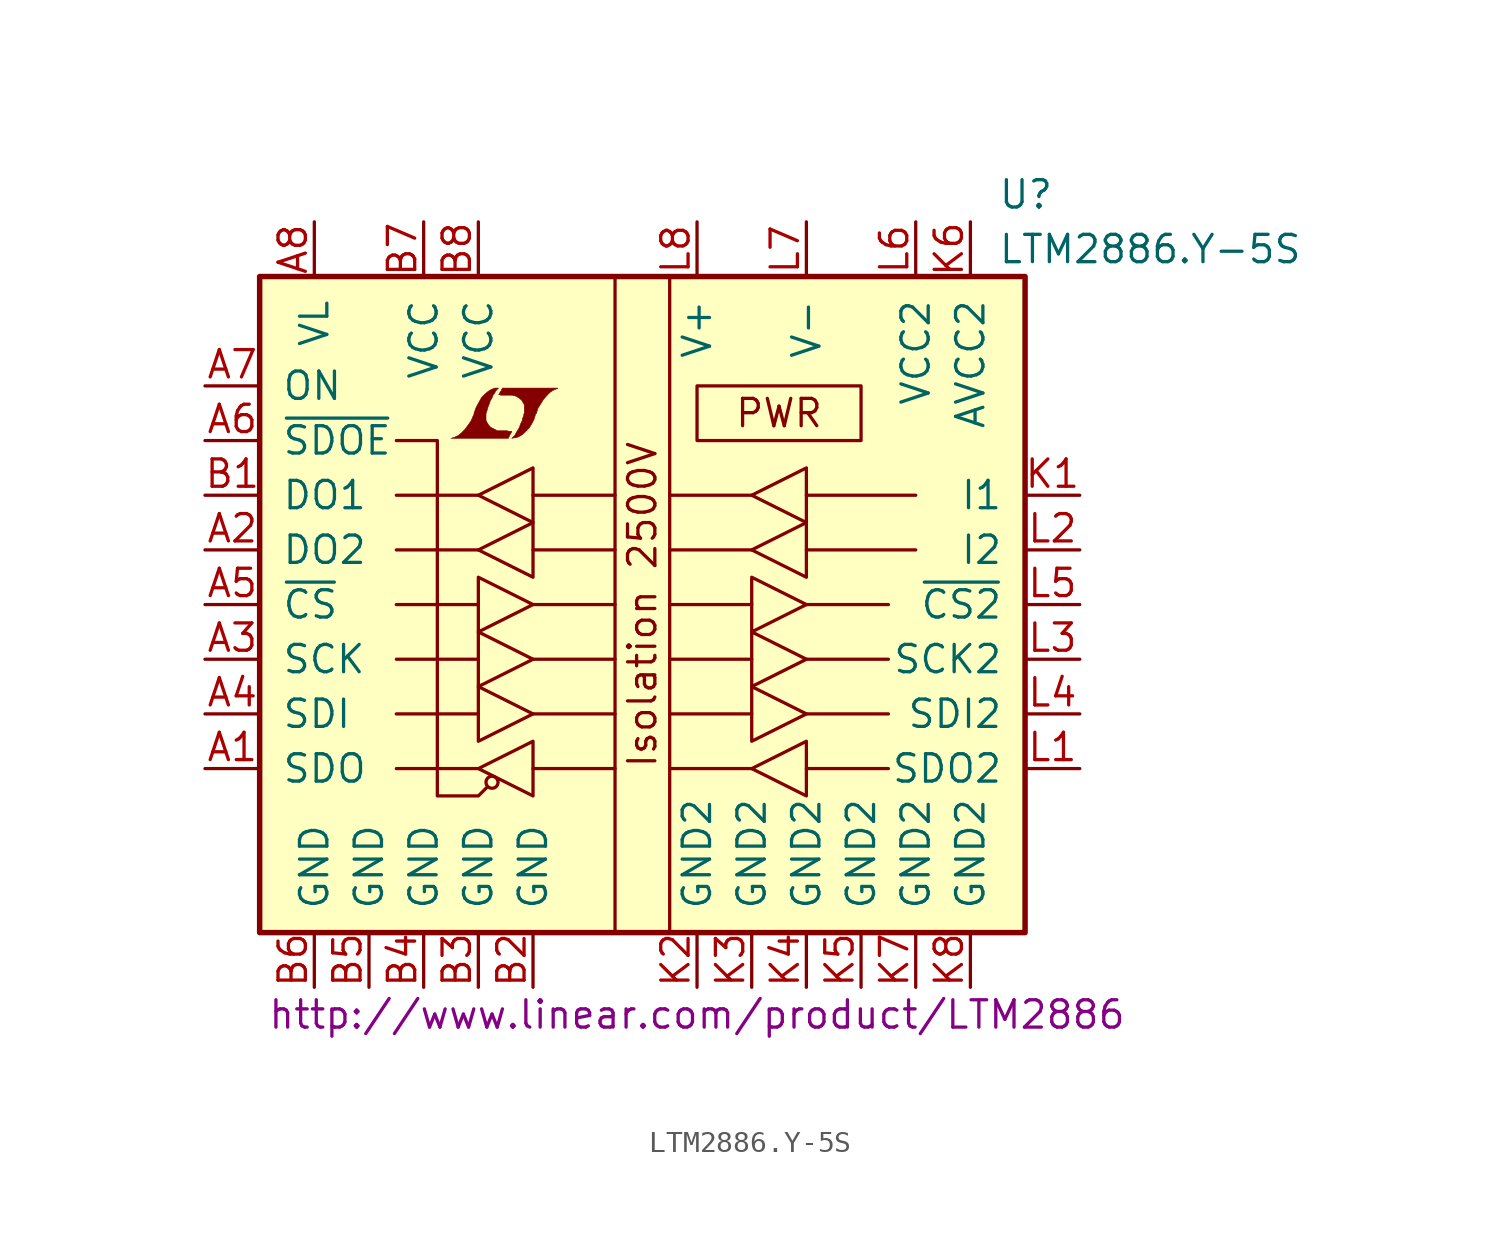
<source format=kicad_sym>
(kicad_symbol_lib
  (version 20201005)
  (generator kicad_symbol_editor)
  (symbol "LTM2886.Y-5S"
    (pin_names
      (offset 1.016))
    (property "Reference" "U"
      (at 16.51 19.05 0)
      (effects (font (size 1.27 1.27)) (justify left)))
    (property "Value" "LTM2886.Y-5S"
      (at 16.51 16.51 0)
      (effects (font (size 1.27 1.27)) (justify left)))
    (property "Datasheet" "http://www.linear.com/product/LTM2886"
      (at 2.54 -19.05 0)
      (effects (font (size 1.27 1.27))))
    (symbol "LTM2886.Y-5S_0_0"
      (text "Isolation 2500V" (at 0 0 900) (effects (font (size 1.27 1.27))))
      (text "PWR" (at 6.35 8.89 0) (effects (font (size 1.27 1.27))))
      (rectangle (start 2.54 10.16) (end 10.16 7.62) (stroke (width 0)) (fill (type none)))
      (polyline (pts (xy -6.147 7.899) (xy -6.121 7.925) (xy -6.071 8.026) (xy -6.071 8.052) (xy -6.198 8.052) (xy -6.299 8.077) (xy -6.756 8.077) (xy -6.782 8.103) (xy -7.036 8.23) (xy -7.137 8.331) (xy -7.214 8.458) (xy -7.264 8.56) (xy -7.264 8.865) (xy -7.214 9.017) (xy -7.188 9.119) (xy -7.163 9.195) (xy -7.112 9.322) (xy -7.061 9.474) (xy -6.985 9.601) (xy -6.934 9.728) (xy -6.858 9.83) (xy -6.807 9.931) (xy -6.68 10.058) (xy -6.858 10.058) (xy -6.985 10.008) (xy -7.087 9.957) (xy -7.163 9.906) (xy -7.29 9.804) (xy -7.468 9.627) (xy -7.722 9.169) (xy -7.823 8.89) (xy -7.823 8.839) (xy -7.874 8.738) (xy -7.925 8.611) (xy -7.976 8.509) (xy -8.103 8.331) (xy -8.255 8.128) (xy -8.407 7.976) (xy -8.56 7.849) (xy -8.738 7.772) (xy -8.89 7.722) (xy -6.223 7.722) (xy -6.147 7.899)) (stroke (width 0.025)) (fill (type outline)))
      (polyline (pts (xy -5.944 7.747) (xy -5.867 7.747) (xy -5.69 7.823) (xy -5.537 7.925) (xy -5.258 8.204) (xy -5.131 8.407) (xy -5.029 8.611) (xy -4.953 8.865) (xy -4.928 8.865) (xy -4.851 9.119) (xy -4.597 9.525) (xy -4.445 9.703) (xy -4.293 9.855) (xy -4.14 9.957) (xy -3.962 10.033) (xy -3.937 10.033) (xy -3.937 10.058) (xy -6.502 10.058) (xy -6.579 9.906) (xy -6.604 9.881) (xy -6.655 9.779) (xy -6.68 9.754) (xy -6.629 9.754) (xy -6.579 9.728) (xy -6.045 9.728) (xy -5.994 9.703) (xy -5.944 9.703) (xy -5.867 9.677) (xy -5.74 9.601) (xy -5.613 9.5) (xy -5.537 9.373) (xy -5.512 9.322) (xy -5.486 9.296) (xy -5.486 8.89) (xy -5.512 8.839) (xy -5.512 8.763) (xy -5.563 8.661) (xy -5.588 8.534) (xy -5.664 8.382) (xy -5.715 8.23) (xy -5.867 7.976) (xy -5.918 7.874) (xy -6.071 7.722) (xy -5.944 7.747)) (stroke (width 0.025)) (fill (type outline))))
    (symbol "LTM2886.Y-5S_0_1"
      (circle (center -6.985 -8.255) (radius 0.279) (stroke (width 0)) (fill (type none)))
      (rectangle (start -17.78 15.24) (end 17.78 -15.24) (stroke (width 0.254)) (fill (type background)))
      (rectangle (start -1.27 15.24) (end 1.27 -15.24) (stroke (width 0)) (fill (type none)))
      (polyline (pts (xy -11.43 -5.08) (xy -7.62 -5.08)) (stroke (width 0)) (fill (type none)))
      (polyline (pts (xy -11.43 -2.54) (xy -7.62 -2.54)) (stroke (width 0)) (fill (type none)))
      (polyline (pts (xy -7.62 -7.62) (xy -11.43 -7.62)) (stroke (width 0)) (fill (type none)))
      (polyline (pts (xy -7.62 0) (xy -11.43 0)) (stroke (width 0)) (fill (type none)))
      (polyline (pts (xy -7.62 2.54) (xy -11.43 2.54)) (stroke (width 0)) (fill (type none)))
      (polyline (pts (xy -7.62 5.08) (xy -11.43 5.08)) (stroke (width 0)) (fill (type none)))
      (polyline (pts (xy -5.08 -7.62) (xy -1.27 -7.62)) (stroke (width 0)) (fill (type none)))
      (polyline (pts (xy -5.08 -5.08) (xy -1.27 -5.08)) (stroke (width 0)) (fill (type none)))
      (polyline (pts (xy -5.08 -2.54) (xy -1.27 -2.54)) (stroke (width 0)) (fill (type none)))
      (polyline (pts (xy -5.08 0) (xy -1.27 0)) (stroke (width 0)) (fill (type none)))
      (polyline (pts (xy -5.08 2.54) (xy -1.27 2.54)) (stroke (width 0)) (fill (type none)))
      (polyline (pts (xy -5.08 5.08) (xy -1.27 5.08)) (stroke (width 0)) (fill (type none)))
      (polyline (pts (xy 1.27 -5.08) (xy 5.08 -5.08)) (stroke (width 0)) (fill (type none)))
      (polyline (pts (xy 1.27 -2.54) (xy 5.08 -2.54)) (stroke (width 0)) (fill (type none)))
      (polyline (pts (xy 5.08 -7.62) (xy 1.27 -7.62)) (stroke (width 0)) (fill (type none)))
      (polyline (pts (xy 5.08 0) (xy 1.27 0)) (stroke (width 0)) (fill (type none)))
      (polyline (pts (xy 5.08 2.54) (xy 1.27 2.54)) (stroke (width 0)) (fill (type none)))
      (polyline (pts (xy 5.08 5.08) (xy 1.27 5.08)) (stroke (width 0)) (fill (type none)))
      (polyline (pts (xy 7.62 -7.62) (xy 11.43 -7.62)) (stroke (width 0)) (fill (type none)))
      (polyline (pts (xy 7.62 -5.08) (xy 11.43 -5.08)) (stroke (width 0)) (fill (type none)))
      (polyline (pts (xy 7.62 -2.54) (xy 11.43 -2.54)) (stroke (width 0)) (fill (type none)))
      (polyline (pts (xy 7.62 0) (xy 11.43 0)) (stroke (width 0)) (fill (type none)))
      (polyline (pts (xy 7.62 2.54) (xy 12.7 2.54)) (stroke (width 0)) (fill (type none)))
      (polyline (pts (xy 7.62 5.08) (xy 12.7 5.08)) (stroke (width 0)) (fill (type none)))
      (polyline (pts (xy -7.62 -7.62) (xy -5.08 -6.35) (xy -5.08 -8.89) (xy -7.62 -7.62)) (stroke (width 0)) (fill (type none)))
      (polyline (pts (xy -7.62 -6.35) (xy -7.62 -3.81) (xy -5.08 -5.08) (xy -7.62 -6.35)) (stroke (width 0)) (fill (type none)))
      (polyline (pts (xy -7.62 5.08) (xy -5.08 6.35) (xy -5.08 3.81) (xy -7.62 5.08)) (stroke (width 0)) (fill (type none)))
      (polyline (pts (xy -5.08 -2.54) (xy -7.62 -1.27) (xy -7.62 -3.81) (xy -5.08 -2.54)) (stroke (width 0)) (fill (type none)))
      (polyline (pts (xy -5.08 0) (xy -7.62 1.27) (xy -7.62 -1.27) (xy -5.08 0)) (stroke (width 0)) (fill (type none)))
      (polyline (pts (xy -5.08 3.81) (xy -7.62 2.54) (xy -5.08 1.27) (xy -5.08 3.81)) (stroke (width 0)) (fill (type none)))
      (polyline (pts (xy 5.08 -7.62) (xy 7.62 -6.35) (xy 7.62 -8.89) (xy 5.08 -7.62)) (stroke (width 0)) (fill (type none)))
      (polyline (pts (xy 5.08 -6.35) (xy 5.08 -3.81) (xy 7.62 -5.08) (xy 5.08 -6.35)) (stroke (width 0)) (fill (type none)))
      (polyline (pts (xy 5.08 5.08) (xy 7.62 6.35) (xy 7.62 3.81) (xy 5.08 5.08)) (stroke (width 0)) (fill (type none)))
      (polyline (pts (xy 7.62 -2.54) (xy 5.08 -1.27) (xy 5.08 -3.81) (xy 7.62 -2.54)) (stroke (width 0)) (fill (type none)))
      (polyline (pts (xy 7.62 0) (xy 5.08 1.27) (xy 5.08 -1.27) (xy 7.62 0)) (stroke (width 0)) (fill (type none)))
      (polyline (pts (xy 7.62 3.81) (xy 5.08 2.54) (xy 7.62 1.27) (xy 7.62 3.81)) (stroke (width 0)) (fill (type none)))
      (polyline (pts (xy -7.239 -8.509) (xy -7.62 -8.89) (xy -9.525 -8.89) (xy -9.525 7.62) (xy -11.43 7.62)) (stroke (width 0)) (fill (type none))))
    (symbol "LTM2886.Y-5S_1_1"
      (pin output line (at -20.32 -7.62 0) (length 2.54) (name "SDO" (effects (font (size 1.27 1.27)))) (number "A1" (effects (font (size 1.27 1.27)))))
      (pin output line (at -20.32 2.54 0) (length 2.54) (name "DO2" (effects (font (size 1.27 1.27)))) (number "A2" (effects (font (size 1.27 1.27)))))
      (pin input line (at -20.32 -2.54 0) (length 2.54) (name "SCK" (effects (font (size 1.27 1.27)))) (number "A3" (effects (font (size 1.27 1.27)))))
      (pin input line (at -20.32 -5.08 0) (length 2.54) (name "SDI" (effects (font (size 1.27 1.27)))) (number "A4" (effects (font (size 1.27 1.27)))))
      (pin input line (at -20.32 0 0) (length 2.54) (name "~CS~" (effects (font (size 1.27 1.27)))) (number "A5" (effects (font (size 1.27 1.27)))))
      (pin input line (at -20.32 7.62 0) (length 2.54) (name "~SDOE~" (effects (font (size 1.27 1.27)))) (number "A6" (effects (font (size 1.27 1.27)))))
      (pin input line (at -20.32 10.16 0) (length 2.54) (name "ON" (effects (font (size 1.27 1.27)))) (number "A7" (effects (font (size 1.27 1.27)))))
      (pin power_in line (at -15.24 17.78 270) (length 2.54) (name "VL" (effects (font (size 1.27 1.27)))) (number "A8" (effects (font (size 1.27 1.27)))))
      (pin output line (at -20.32 5.08 0) (length 2.54) (name "DO1" (effects (font (size 1.27 1.27)))) (number "B1" (effects (font (size 1.27 1.27)))))
      (pin power_in line (at -5.08 -17.78 90) (length 2.54) (name "GND" (effects (font (size 1.27 1.27)))) (number "B2" (effects (font (size 1.27 1.27)))))
      (pin power_in line (at -7.62 -17.78 90) (length 2.54) (name "GND" (effects (font (size 1.27 1.27)))) (number "B3" (effects (font (size 1.27 1.27)))))
      (pin power_in line (at -10.16 -17.78 90) (length 2.54) (name "GND" (effects (font (size 1.27 1.27)))) (number "B4" (effects (font (size 1.27 1.27)))))
      (pin power_in line (at -12.7 -17.78 90) (length 2.54) (name "GND" (effects (font (size 1.27 1.27)))) (number "B5" (effects (font (size 1.27 1.27)))))
      (pin power_in line (at -15.24 -17.78 90) (length 2.54) (name "GND" (effects (font (size 1.27 1.27)))) (number "B6" (effects (font (size 1.27 1.27)))))
      (pin power_in line (at -10.16 17.78 270) (length 2.54) (name "VCC" (effects (font (size 1.27 1.27)))) (number "B7" (effects (font (size 1.27 1.27)))))
      (pin power_in line (at -7.62 17.78 270) (length 2.54) (name "VCC" (effects (font (size 1.27 1.27)))) (number "B8" (effects (font (size 1.27 1.27)))))
      (pin input line (at 20.32 5.08 180) (length 2.54) (name "I1" (effects (font (size 1.27 1.27)))) (number "K1" (effects (font (size 1.27 1.27)))))
      (pin power_out line (at 2.54 -17.78 90) (length 2.54) (name "GND2" (effects (font (size 1.27 1.27)))) (number "K2" (effects (font (size 1.27 1.27)))))
      (pin power_in line (at 5.08 -17.78 90) (length 2.54) (name "GND2" (effects (font (size 1.27 1.27)))) (number "K3" (effects (font (size 1.27 1.27)))))
      (pin power_in line (at 7.62 -17.78 90) (length 2.54) (name "GND2" (effects (font (size 1.27 1.27)))) (number "K4" (effects (font (size 1.27 1.27)))))
      (pin power_in line (at 10.16 -17.78 90) (length 2.54) (name "GND2" (effects (font (size 1.27 1.27)))) (number "K5" (effects (font (size 1.27 1.27)))))
      (pin passive line (at 15.24 17.78 270) (length 2.54) (name "AVCC2" (effects (font (size 1.27 1.27)))) (number "K6" (effects (font (size 1.27 1.27)))))
      (pin power_in line (at 12.7 -17.78 90) (length 2.54) (name "GND2" (effects (font (size 1.27 1.27)))) (number "K7" (effects (font (size 1.27 1.27)))))
      (pin power_in line (at 15.24 -17.78 90) (length 2.54) (name "GND2" (effects (font (size 1.27 1.27)))) (number "K8" (effects (font (size 1.27 1.27)))))
      (pin input line (at 20.32 -7.62 180) (length 2.54) (name "SDO2" (effects (font (size 1.27 1.27)))) (number "L1" (effects (font (size 1.27 1.27)))))
      (pin input line (at 20.32 2.54 180) (length 2.54) (name "I2" (effects (font (size 1.27 1.27)))) (number "L2" (effects (font (size 1.27 1.27)))))
      (pin output line (at 20.32 -2.54 180) (length 2.54) (name "SCK2" (effects (font (size 1.27 1.27)))) (number "L3" (effects (font (size 1.27 1.27)))))
      (pin bidirectional line (at 20.32 -5.08 180) (length 2.54) (name "SDI2" (effects (font (size 1.27 1.27)))) (number "L4" (effects (font (size 1.27 1.27)))))
      (pin output line (at 20.32 0 180) (length 2.54) (name "~CS2~" (effects (font (size 1.27 1.27)))) (number "L5" (effects (font (size 1.27 1.27)))))
      (pin power_out line (at 12.7 17.78 270) (length 2.54) (name "VCC2" (effects (font (size 1.27 1.27)))) (number "L6" (effects (font (size 1.27 1.27)))))
      (pin power_out line (at 7.62 17.78 270) (length 2.54) (name "V-" (effects (font (size 1.27 1.27)))) (number "L7" (effects (font (size 1.27 1.27)))))
      (pin power_out line (at 2.54 17.78 270) (length 2.54) (name "V+" (effects (font (size 1.27 1.27)))) (number "L8" (effects (font (size 1.27 1.27))))))))
</source>
